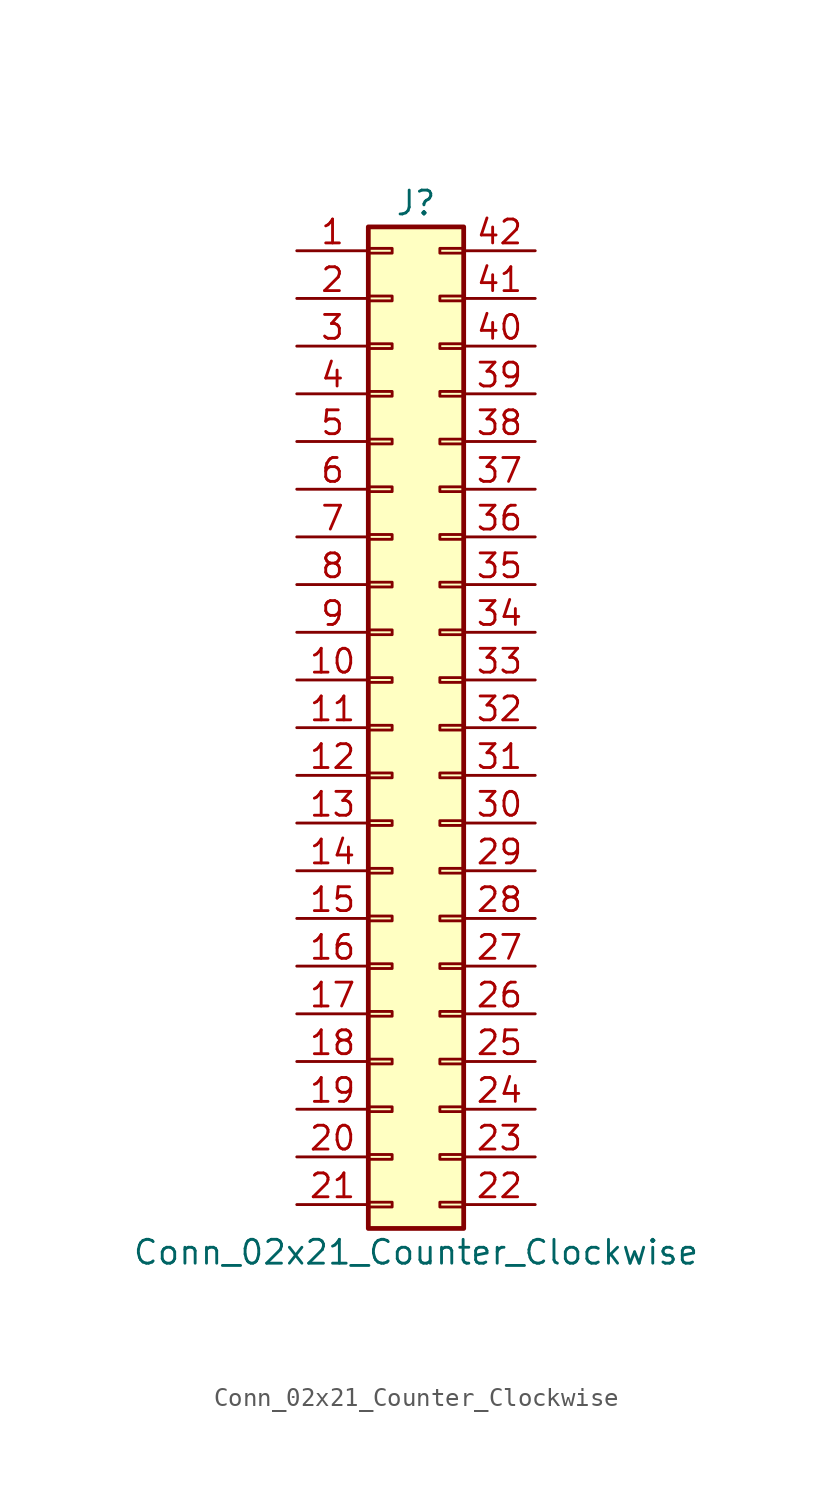
<source format=kicad_sym>
(kicad_symbol_lib
  (version 20201005)
  (generator kicad_symbol_editor)
  (symbol "Conn_02x21_Counter_Clockwise"
    (pin_names
      (offset 1.016) hide)
    (property "Reference" "J"
      (at 1.27 27.94 0)
      (effects (font (size 1.27 1.27))))
    (property "Value" "Conn_02x21_Counter_Clockwise"
      (at 1.27 -27.94 0)
      (effects (font (size 1.27 1.27))))
    (symbol "Conn_02x21_Counter_Clockwise_1_1"
      (rectangle (start -1.27 -25.273) (end 0 -25.527) (stroke (width 0.152)) (fill (type none)))
      (rectangle (start -1.27 -22.733) (end 0 -22.987) (stroke (width 0.152)) (fill (type none)))
      (rectangle (start -1.27 -20.193) (end 0 -20.447) (stroke (width 0.152)) (fill (type none)))
      (rectangle (start -1.27 -17.653) (end 0 -17.907) (stroke (width 0.152)) (fill (type none)))
      (rectangle (start -1.27 -15.113) (end 0 -15.367) (stroke (width 0.152)) (fill (type none)))
      (rectangle (start -1.27 -12.573) (end 0 -12.827) (stroke (width 0.152)) (fill (type none)))
      (rectangle (start -1.27 -10.033) (end 0 -10.287) (stroke (width 0.152)) (fill (type none)))
      (rectangle (start -1.27 -7.493) (end 0 -7.747) (stroke (width 0.152)) (fill (type none)))
      (rectangle (start -1.27 -4.953) (end 0 -5.207) (stroke (width 0.152)) (fill (type none)))
      (rectangle (start -1.27 -2.413) (end 0 -2.667) (stroke (width 0.152)) (fill (type none)))
      (rectangle (start -1.27 0.127) (end 0 -0.127) (stroke (width 0.152)) (fill (type none)))
      (rectangle (start -1.27 2.667) (end 0 2.413) (stroke (width 0.152)) (fill (type none)))
      (rectangle (start -1.27 5.207) (end 0 4.953) (stroke (width 0.152)) (fill (type none)))
      (rectangle (start -1.27 7.747) (end 0 7.493) (stroke (width 0.152)) (fill (type none)))
      (rectangle (start -1.27 10.287) (end 0 10.033) (stroke (width 0.152)) (fill (type none)))
      (rectangle (start -1.27 12.827) (end 0 12.573) (stroke (width 0.152)) (fill (type none)))
      (rectangle (start -1.27 15.367) (end 0 15.113) (stroke (width 0.152)) (fill (type none)))
      (rectangle (start -1.27 17.907) (end 0 17.653) (stroke (width 0.152)) (fill (type none)))
      (rectangle (start -1.27 20.447) (end 0 20.193) (stroke (width 0.152)) (fill (type none)))
      (rectangle (start -1.27 22.987) (end 0 22.733) (stroke (width 0.152)) (fill (type none)))
      (rectangle (start -1.27 25.527) (end 0 25.273) (stroke (width 0.152)) (fill (type none)))
      (rectangle (start 3.81 -25.273) (end 2.54 -25.527) (stroke (width 0.152)) (fill (type none)))
      (rectangle (start 3.81 -22.733) (end 2.54 -22.987) (stroke (width 0.152)) (fill (type none)))
      (rectangle (start 3.81 -20.193) (end 2.54 -20.447) (stroke (width 0.152)) (fill (type none)))
      (rectangle (start 3.81 -17.653) (end 2.54 -17.907) (stroke (width 0.152)) (fill (type none)))
      (rectangle (start 3.81 -15.113) (end 2.54 -15.367) (stroke (width 0.152)) (fill (type none)))
      (rectangle (start 3.81 -12.573) (end 2.54 -12.827) (stroke (width 0.152)) (fill (type none)))
      (rectangle (start 3.81 -10.033) (end 2.54 -10.287) (stroke (width 0.152)) (fill (type none)))
      (rectangle (start 3.81 -7.493) (end 2.54 -7.747) (stroke (width 0.152)) (fill (type none)))
      (rectangle (start 3.81 -4.953) (end 2.54 -5.207) (stroke (width 0.152)) (fill (type none)))
      (rectangle (start 3.81 -2.413) (end 2.54 -2.667) (stroke (width 0.152)) (fill (type none)))
      (rectangle (start 3.81 0.127) (end 2.54 -0.127) (stroke (width 0.152)) (fill (type none)))
      (rectangle (start 3.81 2.667) (end 2.54 2.413) (stroke (width 0.152)) (fill (type none)))
      (rectangle (start 3.81 5.207) (end 2.54 4.953) (stroke (width 0.152)) (fill (type none)))
      (rectangle (start 3.81 7.747) (end 2.54 7.493) (stroke (width 0.152)) (fill (type none)))
      (rectangle (start 3.81 10.287) (end 2.54 10.033) (stroke (width 0.152)) (fill (type none)))
      (rectangle (start 3.81 12.827) (end 2.54 12.573) (stroke (width 0.152)) (fill (type none)))
      (rectangle (start 3.81 15.367) (end 2.54 15.113) (stroke (width 0.152)) (fill (type none)))
      (rectangle (start 3.81 17.907) (end 2.54 17.653) (stroke (width 0.152)) (fill (type none)))
      (rectangle (start 3.81 20.447) (end 2.54 20.193) (stroke (width 0.152)) (fill (type none)))
      (rectangle (start 3.81 22.987) (end 2.54 22.733) (stroke (width 0.152)) (fill (type none)))
      (rectangle (start 3.81 25.527) (end 2.54 25.273) (stroke (width 0.152)) (fill (type none)))
      (rectangle (start -1.27 26.67) (end 3.81 -26.67) (stroke (width 0.254)) (fill (type background)))
      (pin passive line (at -5.08 25.4 0) (length 3.81) (name "Pin_1" (effects (font (size 1.27 1.27)))) (number "1" (effects (font (size 1.27 1.27)))))
      (pin passive line (at -5.08 2.54 0) (length 3.81) (name "Pin_10" (effects (font (size 1.27 1.27)))) (number "10" (effects (font (size 1.27 1.27)))))
      (pin passive line (at -5.08 0 0) (length 3.81) (name "Pin_11" (effects (font (size 1.27 1.27)))) (number "11" (effects (font (size 1.27 1.27)))))
      (pin passive line (at -5.08 -2.54 0) (length 3.81) (name "Pin_12" (effects (font (size 1.27 1.27)))) (number "12" (effects (font (size 1.27 1.27)))))
      (pin passive line (at -5.08 -5.08 0) (length 3.81) (name "Pin_13" (effects (font (size 1.27 1.27)))) (number "13" (effects (font (size 1.27 1.27)))))
      (pin passive line (at -5.08 -7.62 0) (length 3.81) (name "Pin_14" (effects (font (size 1.27 1.27)))) (number "14" (effects (font (size 1.27 1.27)))))
      (pin passive line (at -5.08 -10.16 0) (length 3.81) (name "Pin_15" (effects (font (size 1.27 1.27)))) (number "15" (effects (font (size 1.27 1.27)))))
      (pin passive line (at -5.08 -12.7 0) (length 3.81) (name "Pin_16" (effects (font (size 1.27 1.27)))) (number "16" (effects (font (size 1.27 1.27)))))
      (pin passive line (at -5.08 -15.24 0) (length 3.81) (name "Pin_17" (effects (font (size 1.27 1.27)))) (number "17" (effects (font (size 1.27 1.27)))))
      (pin passive line (at -5.08 -17.78 0) (length 3.81) (name "Pin_18" (effects (font (size 1.27 1.27)))) (number "18" (effects (font (size 1.27 1.27)))))
      (pin passive line (at -5.08 -20.32 0) (length 3.81) (name "Pin_19" (effects (font (size 1.27 1.27)))) (number "19" (effects (font (size 1.27 1.27)))))
      (pin passive line (at -5.08 22.86 0) (length 3.81) (name "Pin_2" (effects (font (size 1.27 1.27)))) (number "2" (effects (font (size 1.27 1.27)))))
      (pin passive line (at -5.08 -22.86 0) (length 3.81) (name "Pin_20" (effects (font (size 1.27 1.27)))) (number "20" (effects (font (size 1.27 1.27)))))
      (pin passive line (at -5.08 -25.4 0) (length 3.81) (name "Pin_21" (effects (font (size 1.27 1.27)))) (number "21" (effects (font (size 1.27 1.27)))))
      (pin passive line (at 7.62 -25.4 180) (length 3.81) (name "Pin_22" (effects (font (size 1.27 1.27)))) (number "22" (effects (font (size 1.27 1.27)))))
      (pin passive line (at 7.62 -22.86 180) (length 3.81) (name "Pin_23" (effects (font (size 1.27 1.27)))) (number "23" (effects (font (size 1.27 1.27)))))
      (pin passive line (at 7.62 -20.32 180) (length 3.81) (name "Pin_24" (effects (font (size 1.27 1.27)))) (number "24" (effects (font (size 1.27 1.27)))))
      (pin passive line (at 7.62 -17.78 180) (length 3.81) (name "Pin_25" (effects (font (size 1.27 1.27)))) (number "25" (effects (font (size 1.27 1.27)))))
      (pin passive line (at 7.62 -15.24 180) (length 3.81) (name "Pin_26" (effects (font (size 1.27 1.27)))) (number "26" (effects (font (size 1.27 1.27)))))
      (pin passive line (at 7.62 -12.7 180) (length 3.81) (name "Pin_27" (effects (font (size 1.27 1.27)))) (number "27" (effects (font (size 1.27 1.27)))))
      (pin passive line (at 7.62 -10.16 180) (length 3.81) (name "Pin_28" (effects (font (size 1.27 1.27)))) (number "28" (effects (font (size 1.27 1.27)))))
      (pin passive line (at 7.62 -7.62 180) (length 3.81) (name "Pin_29" (effects (font (size 1.27 1.27)))) (number "29" (effects (font (size 1.27 1.27)))))
      (pin passive line (at -5.08 20.32 0) (length 3.81) (name "Pin_3" (effects (font (size 1.27 1.27)))) (number "3" (effects (font (size 1.27 1.27)))))
      (pin passive line (at 7.62 -5.08 180) (length 3.81) (name "Pin_30" (effects (font (size 1.27 1.27)))) (number "30" (effects (font (size 1.27 1.27)))))
      (pin passive line (at 7.62 -2.54 180) (length 3.81) (name "Pin_31" (effects (font (size 1.27 1.27)))) (number "31" (effects (font (size 1.27 1.27)))))
      (pin passive line (at 7.62 0 180) (length 3.81) (name "Pin_32" (effects (font (size 1.27 1.27)))) (number "32" (effects (font (size 1.27 1.27)))))
      (pin passive line (at 7.62 2.54 180) (length 3.81) (name "Pin_33" (effects (font (size 1.27 1.27)))) (number "33" (effects (font (size 1.27 1.27)))))
      (pin passive line (at 7.62 5.08 180) (length 3.81) (name "Pin_34" (effects (font (size 1.27 1.27)))) (number "34" (effects (font (size 1.27 1.27)))))
      (pin passive line (at 7.62 7.62 180) (length 3.81) (name "Pin_35" (effects (font (size 1.27 1.27)))) (number "35" (effects (font (size 1.27 1.27)))))
      (pin passive line (at 7.62 10.16 180) (length 3.81) (name "Pin_36" (effects (font (size 1.27 1.27)))) (number "36" (effects (font (size 1.27 1.27)))))
      (pin passive line (at 7.62 12.7 180) (length 3.81) (name "Pin_37" (effects (font (size 1.27 1.27)))) (number "37" (effects (font (size 1.27 1.27)))))
      (pin passive line (at 7.62 15.24 180) (length 3.81) (name "Pin_38" (effects (font (size 1.27 1.27)))) (number "38" (effects (font (size 1.27 1.27)))))
      (pin passive line (at 7.62 17.78 180) (length 3.81) (name "Pin_39" (effects (font (size 1.27 1.27)))) (number "39" (effects (font (size 1.27 1.27)))))
      (pin passive line (at -5.08 17.78 0) (length 3.81) (name "Pin_4" (effects (font (size 1.27 1.27)))) (number "4" (effects (font (size 1.27 1.27)))))
      (pin passive line (at 7.62 20.32 180) (length 3.81) (name "Pin_40" (effects (font (size 1.27 1.27)))) (number "40" (effects (font (size 1.27 1.27)))))
      (pin passive line (at 7.62 22.86 180) (length 3.81) (name "Pin_41" (effects (font (size 1.27 1.27)))) (number "41" (effects (font (size 1.27 1.27)))))
      (pin passive line (at 7.62 25.4 180) (length 3.81) (name "Pin_42" (effects (font (size 1.27 1.27)))) (number "42" (effects (font (size 1.27 1.27)))))
      (pin passive line (at -5.08 15.24 0) (length 3.81) (name "Pin_5" (effects (font (size 1.27 1.27)))) (number "5" (effects (font (size 1.27 1.27)))))
      (pin passive line (at -5.08 12.7 0) (length 3.81) (name "Pin_6" (effects (font (size 1.27 1.27)))) (number "6" (effects (font (size 1.27 1.27)))))
      (pin passive line (at -5.08 10.16 0) (length 3.81) (name "Pin_7" (effects (font (size 1.27 1.27)))) (number "7" (effects (font (size 1.27 1.27)))))
      (pin passive line (at -5.08 7.62 0) (length 3.81) (name "Pin_8" (effects (font (size 1.27 1.27)))) (number "8" (effects (font (size 1.27 1.27)))))
      (pin passive line (at -5.08 5.08 0) (length 3.81) (name "Pin_9" (effects (font (size 1.27 1.27)))) (number "9" (effects (font (size 1.27 1.27))))))))
</source>
